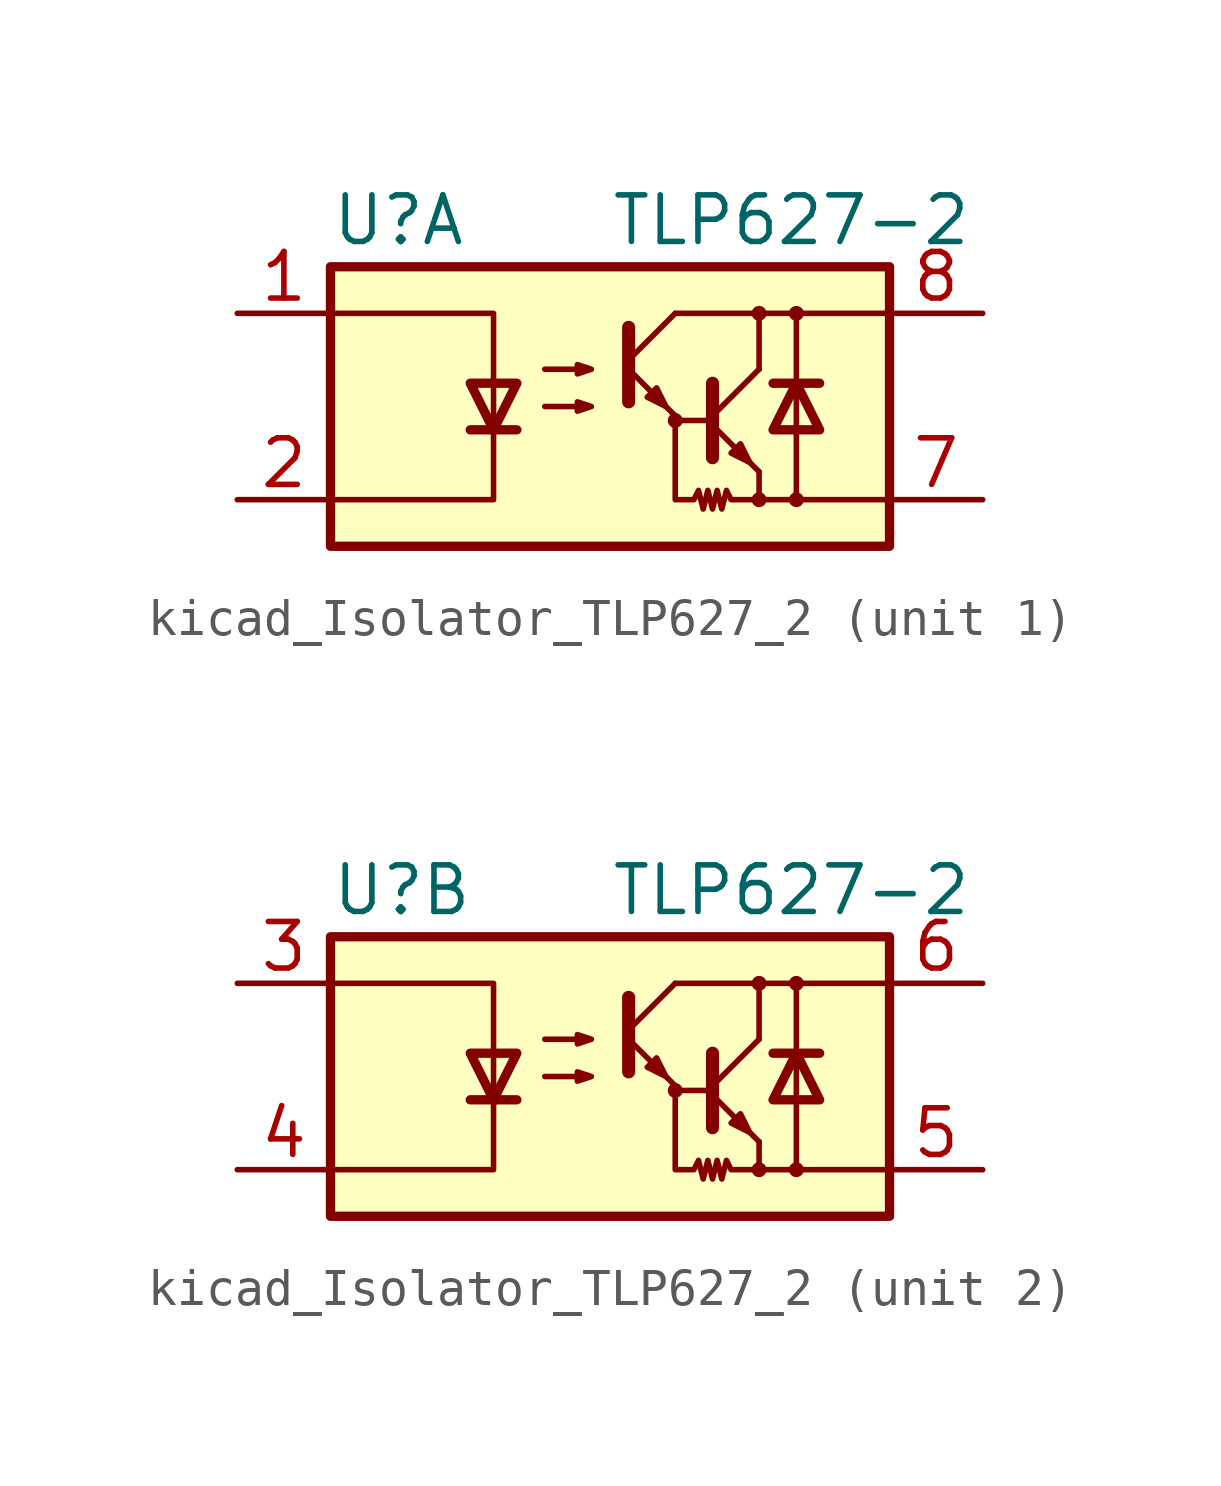
<source format=kicad_sym>
(kicad_symbol_lib
  (version 20220914)
  (generator kicad_symbol_editor)
  (symbol "kicad_Isolator_TLP627_2"
    (pin_names
      (offset 1.016))
    (property "Reference" "U"
      (at -7.62 5.08 0)
      (effects (font (size 1.27 1.27)) (justify left)))
    (property "Value" "TLP627-2"
      (at 0 5.08 0)
      (effects (font (size 1.27 1.27)) (justify left)))
    (symbol "kicad_Isolator_TLP627_2_0_1"
      (rectangle (start -7.62 3.81) (end 7.62 -3.81) (stroke (width 0.254) (type default)) (fill (type background)))
      (polyline (pts (xy -3.81 -0.635) (xy -2.54 -0.635)) (stroke (width 0.254) (type default)) (fill (type none)))
      (polyline (pts (xy 0.508 1.016) (xy 1.778 -0.254)) (stroke (width 0) (type default)) (fill (type none)))
      (polyline (pts (xy 0.508 1.27) (xy 1.778 2.54)) (stroke (width 0) (type default)) (fill (type none)))
      (polyline (pts (xy 0.508 2.159) (xy 0.508 0.127)) (stroke (width 0.356) (type default)) (fill (type none)))
      (polyline (pts (xy 1.778 2.54) (xy 7.62 2.54)) (stroke (width 0) (type default)) (fill (type none)))
      (polyline (pts (xy 2.794 -0.508) (xy 4.064 -1.778)) (stroke (width 0) (type default)) (fill (type none)))
      (polyline (pts (xy 2.794 -0.381) (xy 1.778 -0.381)) (stroke (width 0) (type default)) (fill (type none)))
      (polyline (pts (xy 2.794 -0.254) (xy 4.064 1.016)) (stroke (width 0) (type default)) (fill (type none)))
      (polyline (pts (xy 4.064 -2.54) (xy 7.62 -2.54)) (stroke (width 0) (type default)) (fill (type none)))
      (polyline (pts (xy 4.064 -1.778) (xy 4.064 -2.54)) (stroke (width 0) (type default)) (fill (type none)))
      (polyline (pts (xy 4.064 1.016) (xy 4.064 2.54)) (stroke (width 0) (type default)) (fill (type none)))
      (polyline (pts (xy 4.445 0.635) (xy 5.715 0.635)) (stroke (width 0.254) (type default)) (fill (type none)))
      (polyline (pts (xy 5.08 0.635) (xy 5.08 -2.54)) (stroke (width 0) (type default)) (fill (type none)))
      (polyline (pts (xy 5.08 0.635) (xy 5.08 2.54)) (stroke (width 0) (type default)) (fill (type none)))
      (polyline (pts (xy -7.62 2.54) (xy -3.175 2.54) (xy -3.175 -0.762)) (stroke (width 0) (type default)) (fill (type none)))
      (polyline (pts (xy -3.175 -0.635) (xy -3.175 -2.54) (xy -7.62 -2.54)) (stroke (width 0) (type default)) (fill (type none)))
      (polyline (pts (xy 2.794 0.635) (xy 2.794 -1.397) (xy 2.794 -1.397)) (stroke (width 0.356) (type default)) (fill (type none)))
      (polyline (pts (xy -3.175 -0.635) (xy -3.81 0.635) (xy -2.54 0.635) (xy -3.175 -0.635)) (stroke (width 0.254) (type default)) (fill (type none)))
      (polyline (pts (xy 1.524 0) (xy 1.27 0.508) (xy 1.016 0.254) (xy 1.524 0)) (stroke (width 0) (type default)) (fill (type none)))
      (polyline (pts (xy 3.81 -1.524) (xy 3.556 -1.016) (xy 3.302 -1.27) (xy 3.81 -1.524)) (stroke (width 0) (type default)) (fill (type none)))
      (polyline (pts (xy 5.08 0.635) (xy 4.445 -0.635) (xy 5.715 -0.635) (xy 5.08 0.635)) (stroke (width 0.254) (type default)) (fill (type none)))
      (polyline (pts (xy -1.778 0) (xy -0.508 0) (xy -0.889 -0.127) (xy -0.889 0.127) (xy -0.508 0)) (stroke (width 0) (type default)) (fill (type none)))
      (polyline (pts (xy -1.778 1.016) (xy -0.508 1.016) (xy -0.889 0.889) (xy -0.889 1.143) (xy -0.508 1.016)) (stroke (width 0) (type default)) (fill (type none)))
      (polyline (pts (xy 1.778 -0.254) (xy 1.778 -2.54) (xy 2.286 -2.54) (xy 2.413 -2.286) (xy 2.54 -2.794) (xy 2.667 -2.286) (xy 2.794 -2.794) (xy 2.921 -2.286) (xy 3.048 -2.794) (xy 3.175 -2.286) (xy 3.302 -2.54) (xy 4.064 -2.54)) (stroke (width 0) (type default)) (fill (type none)))
      (circle (center 1.778 -0.381) (radius 0.127) (stroke (width 0) (type default)) (fill (type none)))
      (circle (center 4.064 -2.54) (radius 0.127) (stroke (width 0) (type default)) (fill (type none)))
      (circle (center 4.064 2.54) (radius 0.127) (stroke (width 0) (type default)) (fill (type none)))
      (circle (center 5.08 -2.54) (radius 0.127) (stroke (width 0) (type default)) (fill (type none)))
      (circle (center 5.08 2.54) (radius 0.127) (stroke (width 0) (type default)) (fill (type none))))
    (symbol "kicad_Isolator_TLP627_2_1_1"
      (pin passive line (at -10.16 2.54 0) (length 2.54) (name "~" (effects (font (size 1.27 1.27)))) (number "1" (effects (font (size 1.27 1.27)))))
      (pin passive line (at -10.16 -2.54 0) (length 2.54) (name "~" (effects (font (size 1.27 1.27)))) (number "2" (effects (font (size 1.27 1.27)))))
      (pin passive line (at 10.16 -2.54 180) (length 2.54) (name "~" (effects (font (size 1.27 1.27)))) (number "7" (effects (font (size 1.27 1.27)))))
      (pin passive line (at 10.16 2.54 180) (length 2.54) (name "~" (effects (font (size 1.27 1.27)))) (number "8" (effects (font (size 1.27 1.27))))))
    (symbol "kicad_Isolator_TLP627_2_2_1"
      (pin passive line (at -10.16 2.54 0) (length 2.54) (name "~" (effects (font (size 1.27 1.27)))) (number "3" (effects (font (size 1.27 1.27)))))
      (pin passive line (at -10.16 -2.54 0) (length 2.54) (name "~" (effects (font (size 1.27 1.27)))) (number "4" (effects (font (size 1.27 1.27)))))
      (pin passive line (at 10.16 -2.54 180) (length 2.54) (name "~" (effects (font (size 1.27 1.27)))) (number "5" (effects (font (size 1.27 1.27)))))
      (pin passive line (at 10.16 2.54 180) (length 2.54) (name "~" (effects (font (size 1.27 1.27)))) (number "6" (effects (font (size 1.27 1.27))))))))
</source>
